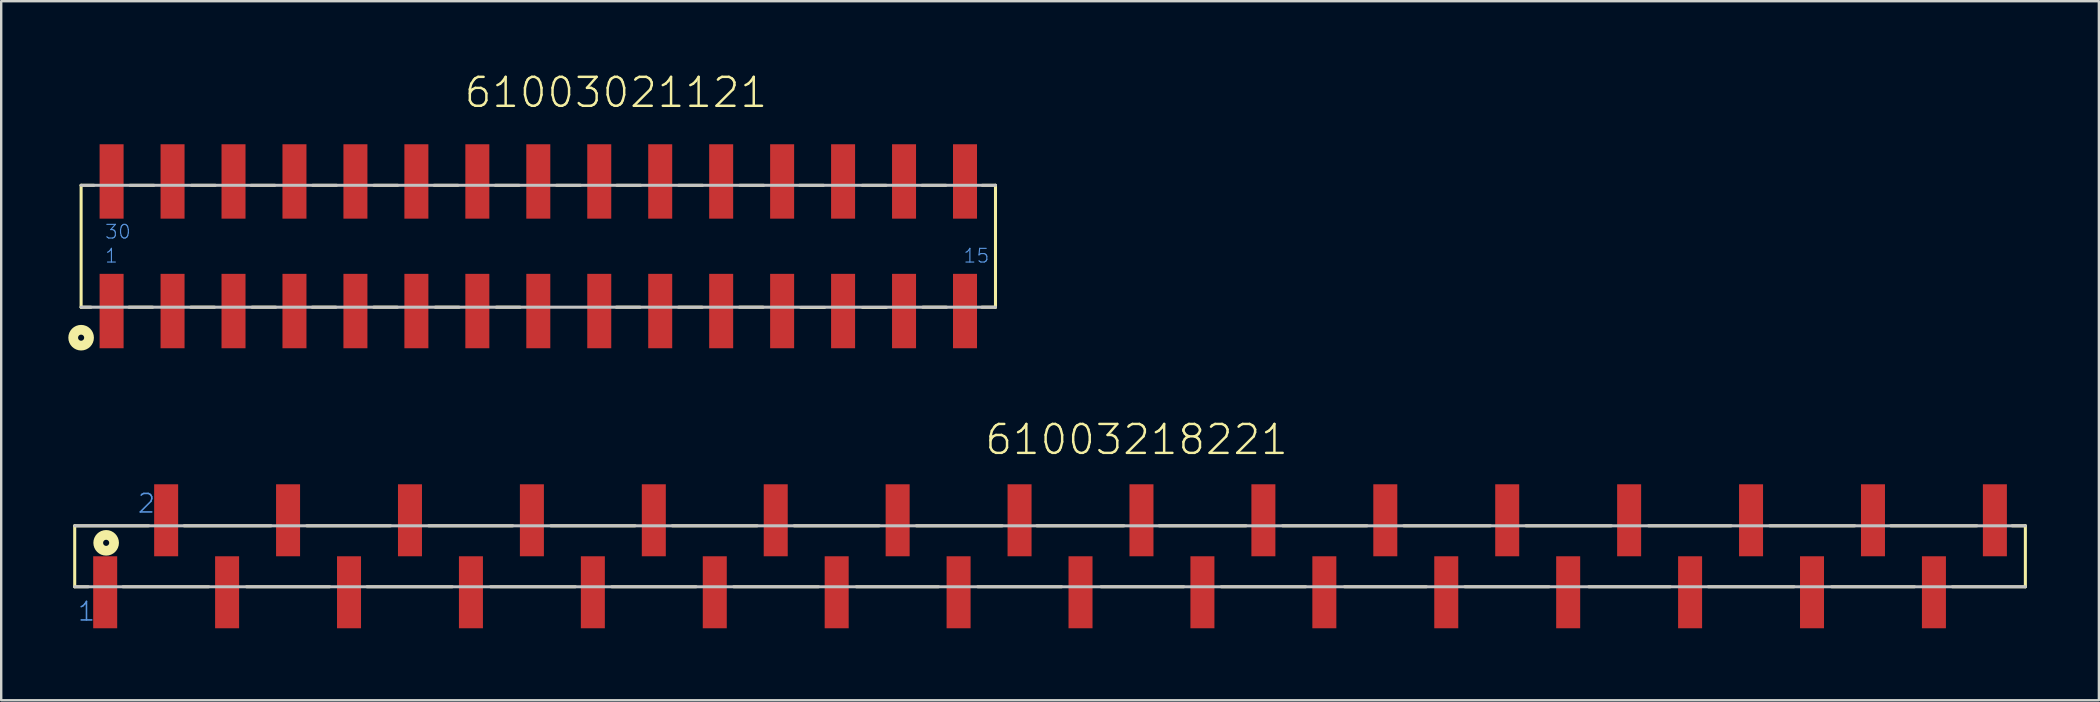
<source format=kicad_pcb>
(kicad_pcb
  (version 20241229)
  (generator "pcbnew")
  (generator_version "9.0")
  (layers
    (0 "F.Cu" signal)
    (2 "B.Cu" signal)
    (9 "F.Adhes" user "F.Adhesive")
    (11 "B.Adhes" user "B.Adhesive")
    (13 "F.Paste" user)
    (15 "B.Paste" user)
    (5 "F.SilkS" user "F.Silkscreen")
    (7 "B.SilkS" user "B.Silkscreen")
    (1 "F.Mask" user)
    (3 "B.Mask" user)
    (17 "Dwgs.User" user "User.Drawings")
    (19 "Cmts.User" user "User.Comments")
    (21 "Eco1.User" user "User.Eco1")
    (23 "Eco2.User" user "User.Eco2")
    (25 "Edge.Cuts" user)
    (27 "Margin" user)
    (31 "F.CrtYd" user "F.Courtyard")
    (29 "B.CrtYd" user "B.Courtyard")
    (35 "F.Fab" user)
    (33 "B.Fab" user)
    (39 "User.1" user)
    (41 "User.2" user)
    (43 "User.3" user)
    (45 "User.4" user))
  (footprint "61003218221"
    (layer "F.Cu")
    (at 40.703 20.129)
    (property "Reference" "61003218221" (at -2.778 -4.156 0) (layer "F.SilkS") (effects (font (size 1.206 1.206) (thickness 0.102)) (justify left bottom)))
    (attr through_hole)
    (fp_line (start -40.64 -1.27) (end -40.64 1.27) (stroke (width 0.127) (type solid)) (layer "F.SilkS"))
    (fp_line (start -40.08 1.27) (end -40.64 1.27) (stroke (width 0.127) (type solid)) (layer "F.SilkS"))
    (fp_line (start -38.63 1.27) (end -35.06 1.27) (stroke (width 0.127) (type solid)) (layer "F.SilkS"))
    (fp_line (start -37.56 -1.27) (end -40.64 -1.27) (stroke (width 0.127) (type solid)) (layer "F.SilkS"))
    (fp_line (start -36.08 -1.27) (end -32.46 -1.27) (stroke (width 0.127) (type solid)) (layer "F.SilkS"))
    (fp_line (start -33.48 1.27) (end -30.02 1.27) (stroke (width 0.127) (type solid)) (layer "F.SilkS"))
    (fp_line (start -30.97 -1.27) (end -27.48 -1.27) (stroke (width 0.127) (type solid)) (layer "F.SilkS"))
    (fp_line (start -28.46 1.27) (end -24.91 1.27) (stroke (width 0.127) (type solid)) (layer "F.SilkS"))
    (fp_line (start -25.89 -1.27) (end -22.39 -1.27) (stroke (width 0.127) (type solid)) (layer "F.SilkS"))
    (fp_line (start -23.31 1.27) (end -19.78 1.27) (stroke (width 0.127) (type solid)) (layer "F.SilkS"))
    (fp_line (start -20.8 -1.27) (end -17.29 -1.27) (stroke (width 0.127) (type solid)) (layer "F.SilkS"))
    (fp_line (start -18.26 1.27) (end -14.75 1.27) (stroke (width 0.127) (type solid)) (layer "F.SilkS"))
    (fp_line (start -15.74 -1.27) (end -12.2 -1.27) (stroke (width 0.127) (type solid)) (layer "F.SilkS"))
    (fp_line (start -13.18 1.27) (end -9.65 1.27) (stroke (width 0.127) (type solid)) (layer "F.SilkS"))
    (fp_line (start -10.66 -1.27) (end -7.12 -1.27) (stroke (width 0.127) (type solid)) (layer "F.SilkS"))
    (fp_line (start -8.07 1.27) (end -4.65 1.27) (stroke (width 0.127) (type solid)) (layer "F.SilkS"))
    (fp_line (start -5.57 -1.27) (end -1.99 -1.27) (stroke (width 0.127) (type solid)) (layer "F.SilkS"))
    (fp_line (start -3.01 1.27) (end 0.48 1.27) (stroke (width 0.127) (type solid)) (layer "F.SilkS"))
    (fp_line (start -0.55 -1.27) (end 3.08 -1.27) (stroke (width 0.127) (type solid)) (layer "F.SilkS"))
    (fp_line (start 2.13 1.27) (end 5.57 1.27) (stroke (width 0.127) (type solid)) (layer "F.SilkS"))
    (fp_line (start 4.55 -1.27) (end 8.17 -1.27) (stroke (width 0.127) (type solid)) (layer "F.SilkS"))
    (fp_line (start 7.14 1.27) (end 10.65 1.27) (stroke (width 0.127) (type solid)) (layer "F.SilkS"))
    (fp_line (start 9.69 -1.27) (end 13.21 -1.27) (stroke (width 0.127) (type solid)) (layer "F.SilkS"))
    (fp_line (start 12.27 1.27) (end 15.68 1.27) (stroke (width 0.127) (type solid)) (layer "F.SilkS"))
    (fp_line (start 14.74 -1.27) (end 18.35 -1.27) (stroke (width 0.127) (type solid)) (layer "F.SilkS"))
    (fp_line (start 17.29 1.27) (end 20.79 1.27) (stroke (width 0.127) (type solid)) (layer "F.SilkS"))
    (fp_line (start 19.83 -1.27) (end 23.39 -1.27) (stroke (width 0.127) (type solid)) (layer "F.SilkS"))
    (fp_line (start 22.45 1.27) (end 25.84 1.27) (stroke (width 0.127) (type solid)) (layer "F.SilkS"))
    (fp_line (start 24.94 -1.27) (end 28.38 -1.27) (stroke (width 0.127) (type solid)) (layer "F.SilkS"))
    (fp_line (start 27.43 1.27) (end 31 1.27) (stroke (width 0.127) (type solid)) (layer "F.SilkS"))
    (fp_line (start 29.99 -1.27) (end 33.53 -1.27) (stroke (width 0.127) (type solid)) (layer "F.SilkS"))
    (fp_line (start 32.57 1.27) (end 36.02 1.27) (stroke (width 0.127) (type solid)) (layer "F.SilkS"))
    (fp_line (start 35.03 -1.27) (end 38.62 -1.27) (stroke (width 0.127) (type solid)) (layer "F.SilkS"))
    (fp_line (start 37.6 1.27) (end 40.64 1.27) (stroke (width 0.127) (type solid)) (layer "F.SilkS"))
    (fp_line (start 40.09 -1.27) (end 40.64 -1.27) (stroke (width 0.127) (type solid)) (layer "F.SilkS"))
    (fp_line (start 40.64 1.27) (end 40.64 -1.27) (stroke (width 0.127) (type solid)) (layer "F.SilkS"))
    (fp_circle (center -39.33 -0.56) (end -39.203 -0.56) (stroke (width 0.406) (type solid)) (fill no) (layer "F.SilkS"))
    (fp_line (start -40.64 1.27) (end 40.64 1.27) (stroke (width 0.127) (type solid)) (layer "Dwgs.User"))
    (fp_line (start 40.64 -1.27) (end -40.64 -1.27) (stroke (width 0.127) (type solid)) (layer "Dwgs.User"))
    (fp_text user "1" (at -40.56 2.75 0) (layer "Cmts.User") (effects (font (size 0.772 0.772) (thickness 0.065)) (justify left bottom)))
    (fp_text user "2" (at -38.06 -1.75 0) (layer "Cmts.User") (effects (font (size 0.772 0.772) (thickness 0.065)) (justify left bottom)))
    (pad "1" smd rect (at -39.37 1.5) (size 1 3) (layers "F.Cu" "F.Mask" "F.Paste"))
    (pad "2" smd rect (at -36.83 -1.5) (size 1 3) (layers "F.Cu" "F.Mask" "F.Paste"))
    (pad "3" smd rect (at -34.29 1.5) (size 1 3) (layers "F.Cu" "F.Mask" "F.Paste"))
    (pad "4" smd rect (at -31.75 -1.5) (size 1 3) (layers "F.Cu" "F.Mask" "F.Paste"))
    (pad "5" smd rect (at -29.21 1.5) (size 1 3) (layers "F.Cu" "F.Mask" "F.Paste"))
    (pad "6" smd rect (at -26.67 -1.5) (size 1 3) (layers "F.Cu" "F.Mask" "F.Paste"))
    (pad "7" smd rect (at -24.13 1.5) (size 1 3) (layers "F.Cu" "F.Mask" "F.Paste"))
    (pad "8" smd rect (at -21.59 -1.5) (size 1 3) (layers "F.Cu" "F.Mask" "F.Paste"))
    (pad "9" smd rect (at -19.05 1.5) (size 1 3) (layers "F.Cu" "F.Mask" "F.Paste"))
    (pad "10" smd rect (at -16.51 -1.5) (size 1 3) (layers "F.Cu" "F.Mask" "F.Paste"))
    (pad "11" smd rect (at -13.97 1.5) (size 1 3) (layers "F.Cu" "F.Mask" "F.Paste"))
    (pad "12" smd rect (at -11.43 -1.5) (size 1 3) (layers "F.Cu" "F.Mask" "F.Paste"))
    (pad "13" smd rect (at -8.89 1.5) (size 1 3) (layers "F.Cu" "F.Mask" "F.Paste"))
    (pad "14" smd rect (at -6.35 -1.5) (size 1 3) (layers "F.Cu" "F.Mask" "F.Paste"))
    (pad "15" smd rect (at -3.81 1.5) (size 1 3) (layers "F.Cu" "F.Mask" "F.Paste"))
    (pad "16" smd rect (at -1.27 -1.5) (size 1 3) (layers "F.Cu" "F.Mask" "F.Paste"))
    (pad "17" smd rect (at 1.27 1.5 180) (size 1 3) (layers "F.Cu" "F.Mask" "F.Paste"))
    (pad "18" smd rect (at 3.81 -1.5 180) (size 1 3) (layers "F.Cu" "F.Mask" "F.Paste"))
    (pad "19" smd rect (at 6.35 1.5 180) (size 1 3) (layers "F.Cu" "F.Mask" "F.Paste"))
    (pad "20" smd rect (at 8.89 -1.5 180) (size 1 3) (layers "F.Cu" "F.Mask" "F.Paste"))
    (pad "21" smd rect (at 11.43 1.5 180) (size 1 3) (layers "F.Cu" "F.Mask" "F.Paste"))
    (pad "22" smd rect (at 13.97 -1.5 180) (size 1 3) (layers "F.Cu" "F.Mask" "F.Paste"))
    (pad "23" smd rect (at 16.51 1.5 180) (size 1 3) (layers "F.Cu" "F.Mask" "F.Paste"))
    (pad "24" smd rect (at 19.05 -1.5 180) (size 1 3) (layers "F.Cu" "F.Mask" "F.Paste"))
    (pad "25" smd rect (at 21.59 1.5 180) (size 1 3) (layers "F.Cu" "F.Mask" "F.Paste"))
    (pad "26" smd rect (at 24.13 -1.5 180) (size 1 3) (layers "F.Cu" "F.Mask" "F.Paste"))
    (pad "27" smd rect (at 26.67 1.5 180) (size 1 3) (layers "F.Cu" "F.Mask" "F.Paste"))
    (pad "28" smd rect (at 29.21 -1.5 180) (size 1 3) (layers "F.Cu" "F.Mask" "F.Paste"))
    (pad "29" smd rect (at 31.75 1.5 180) (size 1 3) (layers "F.Cu" "F.Mask" "F.Paste"))
    (pad "30" smd rect (at 34.29 -1.5 180) (size 1 3) (layers "F.Cu" "F.Mask" "F.Paste"))
    (pad "31" smd rect (at 36.83 1.5 180) (size 1 3) (layers "F.Cu" "F.Mask" "F.Paste"))
    (pad "32" smd rect (at 39.37 -1.5 180) (size 1 3) (layers "F.Cu" "F.Mask" "F.Paste")))
  (footprint "61003021121"
    (layer "F.Cu")
    (at 19.38 7.211)
    (property "Reference" "61003021121" (at -3.15 -5.7 0) (layer "F.SilkS") (effects (font (size 1.206 1.206) (thickness 0.102)) (justify left bottom)))
    (attr through_hole)
    (fp_line (start -19.05 -2.54) (end -19.05 2.54) (stroke (width 0.127) (type solid)) (layer "F.SilkS"))
    (fp_line (start -18.64 2.54) (end -19.05 2.54) (stroke (width 0.127) (type solid)) (layer "F.SilkS"))
    (fp_line (start -18.52 -2.54) (end -19.05 -2.54) (stroke (width 0.127) (type solid)) (layer "F.SilkS"))
    (fp_line (start -17.06 2.54) (end -16.07 2.54) (stroke (width 0.127) (type solid)) (layer "F.SilkS"))
    (fp_line (start -17.01 -2.54) (end -16.02 -2.54) (stroke (width 0.127) (type solid)) (layer "F.SilkS"))
    (fp_line (start -14.48 2.54) (end -13.49 2.54) (stroke (width 0.127) (type solid)) (layer "F.SilkS"))
    (fp_line (start -14.45 -2.54) (end -13.46 -2.54) (stroke (width 0.127) (type solid)) (layer "F.SilkS"))
    (fp_line (start -11.97 -2.54) (end -10.98 -2.54) (stroke (width 0.127) (type solid)) (layer "F.SilkS"))
    (fp_line (start -11.93 2.54) (end -10.94 2.54) (stroke (width 0.127) (type solid)) (layer "F.SilkS"))
    (fp_line (start -9.42 2.54) (end -8.43 2.54) (stroke (width 0.127) (type solid)) (layer "F.SilkS"))
    (fp_line (start -9.4 -2.54) (end -8.41 -2.54) (stroke (width 0.127) (type solid)) (layer "F.SilkS"))
    (fp_line (start -6.86 2.54) (end -5.87 2.54) (stroke (width 0.127) (type solid)) (layer "F.SilkS"))
    (fp_line (start -6.85 -2.54) (end -5.86 -2.54) (stroke (width 0.127) (type solid)) (layer "F.SilkS"))
    (fp_line (start -4.34 -2.54) (end -3.35 -2.54) (stroke (width 0.127) (type solid)) (layer "F.SilkS"))
    (fp_line (start -4.29 2.54) (end -3.3 2.54) (stroke (width 0.127) (type solid)) (layer "F.SilkS"))
    (fp_line (start -1.79 -2.54) (end -0.8 -2.54) (stroke (width 0.127) (type solid)) (layer "F.SilkS"))
    (fp_line (start -1.75 2.54) (end -0.76 2.54) (stroke (width 0.127) (type solid)) (layer "F.SilkS"))
    (fp_line (start 0.76 -2.54) (end 1.75 -2.54) (stroke (width 0.127) (type solid)) (layer "F.SilkS"))
    (fp_line (start 3.25 2.54) (end 4.24 2.54) (stroke (width 0.127) (type solid)) (layer "F.SilkS"))
    (fp_line (start 3.27 -2.54) (end 4.26 -2.54) (stroke (width 0.127) (type solid)) (layer "F.SilkS"))
    (fp_line (start 5.84 2.54) (end 6.83 2.54) (stroke (width 0.127) (type solid)) (layer "F.SilkS"))
    (fp_line (start 5.85 -2.54) (end 6.84 -2.54) (stroke (width 0.127) (type solid)) (layer "F.SilkS"))
    (fp_line (start 8.38 2.54) (end 9.37 2.54) (stroke (width 0.127) (type solid)) (layer "F.SilkS"))
    (fp_line (start 8.4 -2.54) (end 9.39 -2.54) (stroke (width 0.127) (type solid)) (layer "F.SilkS"))
    (fp_line (start 10.89 -2.54) (end 11.88 -2.54) (stroke (width 0.127) (type solid)) (layer "F.SilkS"))
    (fp_line (start 10.94 2.55) (end 11.93 2.55) (stroke (width 0.127) (type solid)) (layer "F.SilkS"))
    (fp_line (start 13.5 -2.54) (end 14.49 -2.54) (stroke (width 0.127) (type solid)) (layer "F.SilkS"))
    (fp_line (start 13.51 2.55) (end 14.5 2.55) (stroke (width 0.127) (type solid)) (layer "F.SilkS"))
    (fp_line (start 15.99 -2.54) (end 16.98 -2.54) (stroke (width 0.127) (type solid)) (layer "F.SilkS"))
    (fp_line (start 16.02 2.54) (end 17.01 2.54) (stroke (width 0.127) (type solid)) (layer "F.SilkS"))
    (fp_line (start 18.48 2.54) (end 19.05 2.54) (stroke (width 0.127) (type solid)) (layer "F.SilkS"))
    (fp_line (start 18.5 -2.54) (end 19.05 -2.54) (stroke (width 0.127) (type solid)) (layer "F.SilkS"))
    (fp_line (start 19.05 -2.54) (end 19.05 2.54) (stroke (width 0.127) (type solid)) (layer "F.SilkS"))
    (fp_circle (center -19.05 3.81) (end -18.923 3.81) (stroke (width 0.406) (type solid)) (fill no) (layer "F.SilkS"))
    (fp_line (start -19.05 2.54) (end 19.05 2.54) (stroke (width 0.127) (type solid)) (layer "Dwgs.User"))
    (fp_line (start 19.05 -2.54) (end -19.05 -2.54) (stroke (width 0.127) (type solid)) (layer "Dwgs.User"))
    (fp_text user "1" (at -18.09 0.73 0) (layer "Cmts.User") (effects (font (size 0.57 0.57) (thickness 0.048)) (justify left bottom)))
    (fp_text user "15" (at 17.68 0.73 0) (layer "Cmts.User") (effects (font (size 0.57 0.57) (thickness 0.048)) (justify left bottom)))
    (fp_text user "30" (at -18.09 -0.27 0) (layer "Cmts.User") (effects (font (size 0.57 0.57) (thickness 0.048)) (justify left bottom)))
    (pad "1" smd rect (at -17.78 2.7 90) (size 3.1 1) (layers "F.Cu" "F.Mask" "F.Paste"))
    (pad "2" smd rect (at -15.24 2.7 90) (size 3.1 1) (layers "F.Cu" "F.Mask" "F.Paste"))
    (pad "3" smd rect (at -12.7 2.7 90) (size 3.1 1) (layers "F.Cu" "F.Mask" "F.Paste"))
    (pad "4" smd rect (at -10.16 2.7 90) (size 3.1 1) (layers "F.Cu" "F.Mask" "F.Paste"))
    (pad "5" smd rect (at -7.62 2.7 90) (size 3.1 1) (layers "F.Cu" "F.Mask" "F.Paste"))
    (pad "6" smd rect (at -5.08 2.7 90) (size 3.1 1) (layers "F.Cu" "F.Mask" "F.Paste"))
    (pad "7" smd rect (at -2.54 2.7 90) (size 3.1 1) (layers "F.Cu" "F.Mask" "F.Paste"))
    (pad "8" smd rect (at 0 2.7 90) (size 3.1 1) (layers "F.Cu" "F.Mask" "F.Paste"))
    (pad "9" smd rect (at 2.54 2.7 90) (size 3.1 1) (layers "F.Cu" "F.Mask" "F.Paste"))
    (pad "10" smd rect (at 5.08 2.7 90) (size 3.1 1) (layers "F.Cu" "F.Mask" "F.Paste"))
    (pad "11" smd rect (at 7.62 2.7 90) (size 3.1 1) (layers "F.Cu" "F.Mask" "F.Paste"))
    (pad "12" smd rect (at 10.16 2.7 90) (size 3.1 1) (layers "F.Cu" "F.Mask" "F.Paste"))
    (pad "13" smd rect (at 12.7 2.7 90) (size 3.1 1) (layers "F.Cu" "F.Mask" "F.Paste"))
    (pad "14" smd rect (at 15.24 2.7 90) (size 3.1 1) (layers "F.Cu" "F.Mask" "F.Paste"))
    (pad "15" smd rect (at 17.78 2.7 90) (size 3.1 1) (layers "F.Cu" "F.Mask" "F.Paste"))
    (pad "16" smd rect (at 17.78 -2.7 90) (size 3.1 1) (layers "F.Cu" "F.Mask" "F.Paste"))
    (pad "17" smd rect (at 15.24 -2.7 90) (size 3.1 1) (layers "F.Cu" "F.Mask" "F.Paste"))
    (pad "18" smd rect (at 12.7 -2.7 90) (size 3.1 1) (layers "F.Cu" "F.Mask" "F.Paste"))
    (pad "19" smd rect (at 10.16 -2.7 90) (size 3.1 1) (layers "F.Cu" "F.Mask" "F.Paste"))
    (pad "20" smd rect (at 7.62 -2.7 90) (size 3.1 1) (layers "F.Cu" "F.Mask" "F.Paste"))
    (pad "21" smd rect (at 5.08 -2.7 90) (size 3.1 1) (layers "F.Cu" "F.Mask" "F.Paste"))
    (pad "22" smd rect (at 2.54 -2.7 90) (size 3.1 1) (layers "F.Cu" "F.Mask" "F.Paste"))
    (pad "23" smd rect (at 0 -2.7 90) (size 3.1 1) (layers "F.Cu" "F.Mask" "F.Paste"))
    (pad "24" smd rect (at -2.54 -2.7 90) (size 3.1 1) (layers "F.Cu" "F.Mask" "F.Paste"))
    (pad "25" smd rect (at -5.08 -2.7 90) (size 3.1 1) (layers "F.Cu" "F.Mask" "F.Paste"))
    (pad "26" smd rect (at -7.62 -2.7 90) (size 3.1 1) (layers "F.Cu" "F.Mask" "F.Paste"))
    (pad "27" smd rect (at -10.16 -2.7 90) (size 3.1 1) (layers "F.Cu" "F.Mask" "F.Paste"))
    (pad "28" smd rect (at -12.7 -2.7 90) (size 3.1 1) (layers "F.Cu" "F.Mask" "F.Paste"))
    (pad "29" smd rect (at -15.24 -2.7 90) (size 3.1 1) (layers "F.Cu" "F.Mask" "F.Paste"))
    (pad "30" smd rect (at -17.78 -2.7 90) (size 3.1 1) (layers "F.Cu" "F.Mask" "F.Paste")))
  (gr_rect
    (start -3 -3)
    (end 84.407 26.129)
    (stroke (width 0.1) (type default))
    (fill no)
    (layer "Edge.Cuts")))
</source>
